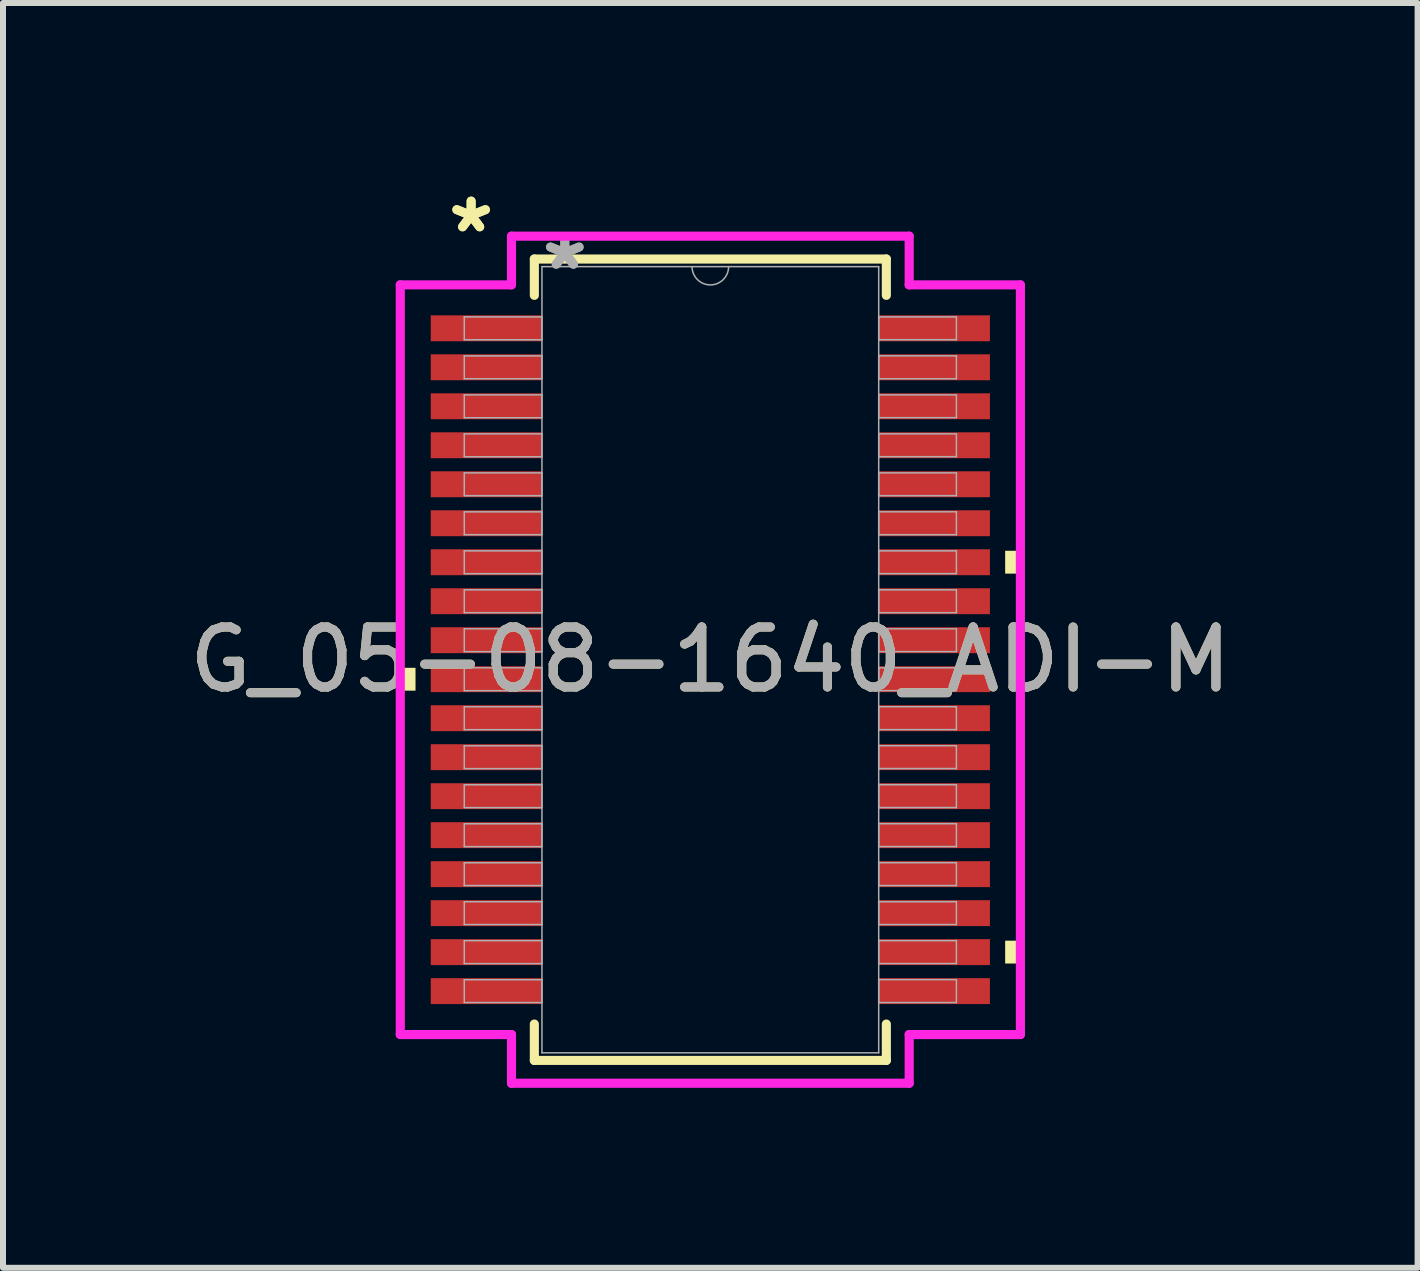
<source format=kicad_pcb>
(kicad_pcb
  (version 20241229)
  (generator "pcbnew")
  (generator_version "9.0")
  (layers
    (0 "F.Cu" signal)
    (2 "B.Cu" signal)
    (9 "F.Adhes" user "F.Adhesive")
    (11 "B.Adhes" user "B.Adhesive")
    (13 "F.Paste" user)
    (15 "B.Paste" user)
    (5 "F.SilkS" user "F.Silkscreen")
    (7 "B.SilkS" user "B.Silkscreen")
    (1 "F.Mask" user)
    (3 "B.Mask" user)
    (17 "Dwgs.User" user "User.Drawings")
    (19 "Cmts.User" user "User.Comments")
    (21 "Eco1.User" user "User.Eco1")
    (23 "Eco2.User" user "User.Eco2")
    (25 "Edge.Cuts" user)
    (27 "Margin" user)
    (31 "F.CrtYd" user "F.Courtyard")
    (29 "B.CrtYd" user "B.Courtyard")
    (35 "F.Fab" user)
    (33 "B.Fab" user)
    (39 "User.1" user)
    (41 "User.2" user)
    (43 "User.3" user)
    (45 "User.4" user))
  (footprint "G_05-08-1640_ADI-M"
    (layer "F.Cu")
    (at 8.792 7.948)
    (property "Reference" "G_05-08-1640_ADI-M" (at 0 0 0) (unlocked yes) (layer "F.SilkS") (effects (font (size 1 1) (thickness 0.15))))
    (attr smd)
    (fp_line (start -2.934 -6.68) (end -2.934 -6.074) (stroke (width 0.152) (type solid)) (layer "F.SilkS"))
    (fp_line (start -2.934 6.074) (end -2.934 6.68) (stroke (width 0.152) (type solid)) (layer "F.SilkS"))
    (fp_line (start -2.934 6.68) (end 2.934 6.68) (stroke (width 0.152) (type solid)) (layer "F.SilkS"))
    (fp_line (start 2.934 -6.68) (end -2.934 -6.68) (stroke (width 0.152) (type solid)) (layer "F.SilkS"))
    (fp_line (start 2.934 -6.074) (end 2.934 -6.68) (stroke (width 0.152) (type solid)) (layer "F.SilkS"))
    (fp_line (start 2.934 6.68) (end 2.934 6.074) (stroke (width 0.152) (type solid)) (layer "F.SilkS"))
    (fp_poly (pts (xy -5.169 0.135) (xy -5.169 0.516) (xy -4.915 0.516) (xy -4.915 0.135)) (stroke (width 0) (type solid)) (fill yes) (layer "F.SilkS"))
    (fp_poly (pts (xy 5.169 -1.816) (xy 5.169 -1.435) (xy 4.915 -1.435) (xy 4.915 -1.816)) (stroke (width 0) (type solid)) (fill yes) (layer "F.SilkS"))
    (fp_poly (pts (xy 5.169 4.684) (xy 5.169 5.065) (xy 4.915 5.065) (xy 4.915 4.684)) (stroke (width 0) (type solid)) (fill yes) (layer "F.SilkS"))
    (fp_line (start -5.169 -6.249) (end -3.315 -6.249) (stroke (width 0.152) (type solid)) (layer "F.CrtYd"))
    (fp_line (start -5.169 6.249) (end -5.169 -6.249) (stroke (width 0.152) (type solid)) (layer "F.CrtYd"))
    (fp_line (start -5.169 6.249) (end -3.315 6.249) (stroke (width 0.152) (type solid)) (layer "F.CrtYd"))
    (fp_line (start -3.315 -7.061) (end 3.315 -7.061) (stroke (width 0.152) (type solid)) (layer "F.CrtYd"))
    (fp_line (start -3.315 -6.249) (end -3.315 -7.061) (stroke (width 0.152) (type solid)) (layer "F.CrtYd"))
    (fp_line (start -3.315 7.061) (end -3.315 6.249) (stroke (width 0.152) (type solid)) (layer "F.CrtYd"))
    (fp_line (start 3.315 -7.061) (end 3.315 -6.249) (stroke (width 0.152) (type solid)) (layer "F.CrtYd"))
    (fp_line (start 3.315 6.249) (end 3.315 7.061) (stroke (width 0.152) (type solid)) (layer "F.CrtYd"))
    (fp_line (start 3.315 7.061) (end -3.315 7.061) (stroke (width 0.152) (type solid)) (layer "F.CrtYd"))
    (fp_line (start 5.169 -6.249) (end 3.315 -6.249) (stroke (width 0.152) (type solid)) (layer "F.CrtYd"))
    (fp_line (start 5.169 -6.249) (end 5.169 6.249) (stroke (width 0.152) (type solid)) (layer "F.CrtYd"))
    (fp_line (start 5.169 6.249) (end 3.315 6.249) (stroke (width 0.152) (type solid)) (layer "F.CrtYd"))
    (fp_line (start -4.102 -5.715) (end -4.102 -5.334) (stroke (width 0.025) (type solid)) (layer "F.Fab"))
    (fp_line (start -4.102 -5.334) (end -2.807 -5.334) (stroke (width 0.025) (type solid)) (layer "F.Fab"))
    (fp_line (start -4.102 -5.065) (end -4.102 -4.684) (stroke (width 0.025) (type solid)) (layer "F.Fab"))
    (fp_line (start -4.102 -4.684) (end -2.807 -4.684) (stroke (width 0.025) (type solid)) (layer "F.Fab"))
    (fp_line (start -4.102 -4.415) (end -4.102 -4.034) (stroke (width 0.025) (type solid)) (layer "F.Fab"))
    (fp_line (start -4.102 -4.034) (end -2.807 -4.034) (stroke (width 0.025) (type solid)) (layer "F.Fab"))
    (fp_line (start -4.102 -3.765) (end -4.102 -3.384) (stroke (width 0.025) (type solid)) (layer "F.Fab"))
    (fp_line (start -4.102 -3.384) (end -2.807 -3.384) (stroke (width 0.025) (type solid)) (layer "F.Fab"))
    (fp_line (start -4.102 -3.115) (end -4.102 -2.734) (stroke (width 0.025) (type solid)) (layer "F.Fab"))
    (fp_line (start -4.102 -2.734) (end -2.807 -2.734) (stroke (width 0.025) (type solid)) (layer "F.Fab"))
    (fp_line (start -4.102 -2.465) (end -4.102 -2.084) (stroke (width 0.025) (type solid)) (layer "F.Fab"))
    (fp_line (start -4.102 -2.084) (end -2.807 -2.084) (stroke (width 0.025) (type solid)) (layer "F.Fab"))
    (fp_line (start -4.102 -1.815) (end -4.102 -1.434) (stroke (width 0.025) (type solid)) (layer "F.Fab"))
    (fp_line (start -4.102 -1.434) (end -2.807 -1.434) (stroke (width 0.025) (type solid)) (layer "F.Fab"))
    (fp_line (start -4.102 -1.165) (end -4.102 -0.784) (stroke (width 0.025) (type solid)) (layer "F.Fab"))
    (fp_line (start -4.102 -0.784) (end -2.807 -0.784) (stroke (width 0.025) (type solid)) (layer "F.Fab"))
    (fp_line (start -4.102 -0.515) (end -4.102 -0.134) (stroke (width 0.025) (type solid)) (layer "F.Fab"))
    (fp_line (start -4.102 -0.134) (end -2.807 -0.134) (stroke (width 0.025) (type solid)) (layer "F.Fab"))
    (fp_line (start -4.102 0.135) (end -4.102 0.516) (stroke (width 0.025) (type solid)) (layer "F.Fab"))
    (fp_line (start -4.102 0.516) (end -2.807 0.516) (stroke (width 0.025) (type solid)) (layer "F.Fab"))
    (fp_line (start -4.102 0.785) (end -4.102 1.166) (stroke (width 0.025) (type solid)) (layer "F.Fab"))
    (fp_line (start -4.102 1.166) (end -2.807 1.166) (stroke (width 0.025) (type solid)) (layer "F.Fab"))
    (fp_line (start -4.102 1.435) (end -4.102 1.816) (stroke (width 0.025) (type solid)) (layer "F.Fab"))
    (fp_line (start -4.102 1.816) (end -2.807 1.816) (stroke (width 0.025) (type solid)) (layer "F.Fab"))
    (fp_line (start -4.102 2.085) (end -4.102 2.466) (stroke (width 0.025) (type solid)) (layer "F.Fab"))
    (fp_line (start -4.102 2.466) (end -2.807 2.466) (stroke (width 0.025) (type solid)) (layer "F.Fab"))
    (fp_line (start -4.102 2.735) (end -4.102 3.116) (stroke (width 0.025) (type solid)) (layer "F.Fab"))
    (fp_line (start -4.102 3.116) (end -2.807 3.116) (stroke (width 0.025) (type solid)) (layer "F.Fab"))
    (fp_line (start -4.102 3.385) (end -4.102 3.765) (stroke (width 0.025) (type solid)) (layer "F.Fab"))
    (fp_line (start -4.102 3.765) (end -2.807 3.765) (stroke (width 0.025) (type solid)) (layer "F.Fab"))
    (fp_line (start -4.102 4.035) (end -4.102 4.415) (stroke (width 0.025) (type solid)) (layer "F.Fab"))
    (fp_line (start -4.102 4.415) (end -2.807 4.415) (stroke (width 0.025) (type solid)) (layer "F.Fab"))
    (fp_line (start -4.102 4.684) (end -4.102 5.066) (stroke (width 0.025) (type solid)) (layer "F.Fab"))
    (fp_line (start -4.102 5.066) (end -2.807 5.066) (stroke (width 0.025) (type solid)) (layer "F.Fab"))
    (fp_line (start -4.102 5.335) (end -4.102 5.715) (stroke (width 0.025) (type solid)) (layer "F.Fab"))
    (fp_line (start -4.102 5.715) (end -2.807 5.715) (stroke (width 0.025) (type solid)) (layer "F.Fab"))
    (fp_line (start -2.807 -6.553) (end -2.807 6.553) (stroke (width 0.025) (type solid)) (layer "F.Fab"))
    (fp_line (start -2.807 -5.715) (end -4.102 -5.715) (stroke (width 0.025) (type solid)) (layer "F.Fab"))
    (fp_line (start -2.807 -5.334) (end -2.807 -5.715) (stroke (width 0.025) (type solid)) (layer "F.Fab"))
    (fp_line (start -2.807 -5.065) (end -4.102 -5.065) (stroke (width 0.025) (type solid)) (layer "F.Fab"))
    (fp_line (start -2.807 -4.684) (end -2.807 -5.065) (stroke (width 0.025) (type solid)) (layer "F.Fab"))
    (fp_line (start -2.807 -4.415) (end -4.102 -4.415) (stroke (width 0.025) (type solid)) (layer "F.Fab"))
    (fp_line (start -2.807 -4.034) (end -2.807 -4.415) (stroke (width 0.025) (type solid)) (layer "F.Fab"))
    (fp_line (start -2.807 -3.765) (end -4.102 -3.765) (stroke (width 0.025) (type solid)) (layer "F.Fab"))
    (fp_line (start -2.807 -3.384) (end -2.807 -3.765) (stroke (width 0.025) (type solid)) (layer "F.Fab"))
    (fp_line (start -2.807 -3.115) (end -4.102 -3.115) (stroke (width 0.025) (type solid)) (layer "F.Fab"))
    (fp_line (start -2.807 -2.734) (end -2.807 -3.115) (stroke (width 0.025) (type solid)) (layer "F.Fab"))
    (fp_line (start -2.807 -2.465) (end -4.102 -2.465) (stroke (width 0.025) (type solid)) (layer "F.Fab"))
    (fp_line (start -2.807 -2.084) (end -2.807 -2.465) (stroke (width 0.025) (type solid)) (layer "F.Fab"))
    (fp_line (start -2.807 -1.815) (end -4.102 -1.815) (stroke (width 0.025) (type solid)) (layer "F.Fab"))
    (fp_line (start -2.807 -1.434) (end -2.807 -1.815) (stroke (width 0.025) (type solid)) (layer "F.Fab"))
    (fp_line (start -2.807 -1.165) (end -4.102 -1.165) (stroke (width 0.025) (type solid)) (layer "F.Fab"))
    (fp_line (start -2.807 -0.784) (end -2.807 -1.165) (stroke (width 0.025) (type solid)) (layer "F.Fab"))
    (fp_line (start -2.807 -0.515) (end -4.102 -0.515) (stroke (width 0.025) (type solid)) (layer "F.Fab"))
    (fp_line (start -2.807 -0.134) (end -2.807 -0.515) (stroke (width 0.025) (type solid)) (layer "F.Fab"))
    (fp_line (start -2.807 0.135) (end -4.102 0.135) (stroke (width 0.025) (type solid)) (layer "F.Fab"))
    (fp_line (start -2.807 0.516) (end -2.807 0.135) (stroke (width 0.025) (type solid)) (layer "F.Fab"))
    (fp_line (start -2.807 0.785) (end -4.102 0.785) (stroke (width 0.025) (type solid)) (layer "F.Fab"))
    (fp_line (start -2.807 1.166) (end -2.807 0.785) (stroke (width 0.025) (type solid)) (layer "F.Fab"))
    (fp_line (start -2.807 1.435) (end -4.102 1.435) (stroke (width 0.025) (type solid)) (layer "F.Fab"))
    (fp_line (start -2.807 1.816) (end -2.807 1.435) (stroke (width 0.025) (type solid)) (layer "F.Fab"))
    (fp_line (start -2.807 2.085) (end -4.102 2.085) (stroke (width 0.025) (type solid)) (layer "F.Fab"))
    (fp_line (start -2.807 2.466) (end -2.807 2.085) (stroke (width 0.025) (type solid)) (layer "F.Fab"))
    (fp_line (start -2.807 2.735) (end -4.102 2.735) (stroke (width 0.025) (type solid)) (layer "F.Fab"))
    (fp_line (start -2.807 3.116) (end -2.807 2.735) (stroke (width 0.025) (type solid)) (layer "F.Fab"))
    (fp_line (start -2.807 3.385) (end -4.102 3.385) (stroke (width 0.025) (type solid)) (layer "F.Fab"))
    (fp_line (start -2.807 3.765) (end -2.807 3.385) (stroke (width 0.025) (type solid)) (layer "F.Fab"))
    (fp_line (start -2.807 4.035) (end -4.102 4.035) (stroke (width 0.025) (type solid)) (layer "F.Fab"))
    (fp_line (start -2.807 4.415) (end -2.807 4.035) (stroke (width 0.025) (type solid)) (layer "F.Fab"))
    (fp_line (start -2.807 4.684) (end -4.102 4.684) (stroke (width 0.025) (type solid)) (layer "F.Fab"))
    (fp_line (start -2.807 5.066) (end -2.807 4.684) (stroke (width 0.025) (type solid)) (layer "F.Fab"))
    (fp_line (start -2.807 5.335) (end -4.102 5.335) (stroke (width 0.025) (type solid)) (layer "F.Fab"))
    (fp_line (start -2.807 5.715) (end -2.807 5.335) (stroke (width 0.025) (type solid)) (layer "F.Fab"))
    (fp_line (start -2.807 6.553) (end 2.807 6.553) (stroke (width 0.025) (type solid)) (layer "F.Fab"))
    (fp_line (start 2.807 -6.553) (end -2.807 -6.553) (stroke (width 0.025) (type solid)) (layer "F.Fab"))
    (fp_line (start 2.807 -5.715) (end 2.807 -5.335) (stroke (width 0.025) (type solid)) (layer "F.Fab"))
    (fp_line (start 2.807 -5.335) (end 4.102 -5.335) (stroke (width 0.025) (type solid)) (layer "F.Fab"))
    (fp_line (start 2.807 -5.066) (end 2.807 -4.684) (stroke (width 0.025) (type solid)) (layer "F.Fab"))
    (fp_line (start 2.807 -4.684) (end 4.102 -4.684) (stroke (width 0.025) (type solid)) (layer "F.Fab"))
    (fp_line (start 2.807 -4.415) (end 2.807 -4.035) (stroke (width 0.025) (type solid)) (layer "F.Fab"))
    (fp_line (start 2.807 -4.035) (end 4.102 -4.035) (stroke (width 0.025) (type solid)) (layer "F.Fab"))
    (fp_line (start 2.807 -3.765) (end 2.807 -3.385) (stroke (width 0.025) (type solid)) (layer "F.Fab"))
    (fp_line (start 2.807 -3.385) (end 4.102 -3.385) (stroke (width 0.025) (type solid)) (layer "F.Fab"))
    (fp_line (start 2.807 -3.115) (end 2.807 -2.735) (stroke (width 0.025) (type solid)) (layer "F.Fab"))
    (fp_line (start 2.807 -2.735) (end 4.102 -2.735) (stroke (width 0.025) (type solid)) (layer "F.Fab"))
    (fp_line (start 2.807 -2.466) (end 2.807 -2.084) (stroke (width 0.025) (type solid)) (layer "F.Fab"))
    (fp_line (start 2.807 -2.084) (end 4.102 -2.084) (stroke (width 0.025) (type solid)) (layer "F.Fab"))
    (fp_line (start 2.807 -1.815) (end 2.807 -1.435) (stroke (width 0.025) (type solid)) (layer "F.Fab"))
    (fp_line (start 2.807 -1.435) (end 4.102 -1.435) (stroke (width 0.025) (type solid)) (layer "F.Fab"))
    (fp_line (start 2.807 -1.165) (end 2.807 -0.784) (stroke (width 0.025) (type solid)) (layer "F.Fab"))
    (fp_line (start 2.807 -0.784) (end 4.102 -0.784) (stroke (width 0.025) (type solid)) (layer "F.Fab"))
    (fp_line (start 2.807 -0.515) (end 2.807 -0.135) (stroke (width 0.025) (type solid)) (layer "F.Fab"))
    (fp_line (start 2.807 -0.135) (end 4.102 -0.135) (stroke (width 0.025) (type solid)) (layer "F.Fab"))
    (fp_line (start 2.807 0.135) (end 2.807 0.515) (stroke (width 0.025) (type solid)) (layer "F.Fab"))
    (fp_line (start 2.807 0.515) (end 4.102 0.515) (stroke (width 0.025) (type solid)) (layer "F.Fab"))
    (fp_line (start 2.807 0.784) (end 2.807 1.165) (stroke (width 0.025) (type solid)) (layer "F.Fab"))
    (fp_line (start 2.807 1.165) (end 4.102 1.165) (stroke (width 0.025) (type solid)) (layer "F.Fab"))
    (fp_line (start 2.807 1.434) (end 2.807 1.815) (stroke (width 0.025) (type solid)) (layer "F.Fab"))
    (fp_line (start 2.807 1.815) (end 4.102 1.815) (stroke (width 0.025) (type solid)) (layer "F.Fab"))
    (fp_line (start 2.807 2.084) (end 2.807 2.465) (stroke (width 0.025) (type solid)) (layer "F.Fab"))
    (fp_line (start 2.807 2.465) (end 4.102 2.465) (stroke (width 0.025) (type solid)) (layer "F.Fab"))
    (fp_line (start 2.807 2.734) (end 2.807 3.115) (stroke (width 0.025) (type solid)) (layer "F.Fab"))
    (fp_line (start 2.807 3.115) (end 4.102 3.115) (stroke (width 0.025) (type solid)) (layer "F.Fab"))
    (fp_line (start 2.807 3.384) (end 2.807 3.765) (stroke (width 0.025) (type solid)) (layer "F.Fab"))
    (fp_line (start 2.807 3.765) (end 4.102 3.765) (stroke (width 0.025) (type solid)) (layer "F.Fab"))
    (fp_line (start 2.807 4.034) (end 2.807 4.415) (stroke (width 0.025) (type solid)) (layer "F.Fab"))
    (fp_line (start 2.807 4.415) (end 4.102 4.415) (stroke (width 0.025) (type solid)) (layer "F.Fab"))
    (fp_line (start 2.807 4.684) (end 2.807 5.065) (stroke (width 0.025) (type solid)) (layer "F.Fab"))
    (fp_line (start 2.807 5.065) (end 4.102 5.065) (stroke (width 0.025) (type solid)) (layer "F.Fab"))
    (fp_line (start 2.807 5.334) (end 2.807 5.715) (stroke (width 0.025) (type solid)) (layer "F.Fab"))
    (fp_line (start 2.807 5.715) (end 4.102 5.715) (stroke (width 0.025) (type solid)) (layer "F.Fab"))
    (fp_line (start 2.807 6.553) (end 2.807 -6.553) (stroke (width 0.025) (type solid)) (layer "F.Fab"))
    (fp_line (start 4.102 -5.715) (end 2.807 -5.715) (stroke (width 0.025) (type solid)) (layer "F.Fab"))
    (fp_line (start 4.102 -5.335) (end 4.102 -5.715) (stroke (width 0.025) (type solid)) (layer "F.Fab"))
    (fp_line (start 4.102 -5.066) (end 2.807 -5.066) (stroke (width 0.025) (type solid)) (layer "F.Fab"))
    (fp_line (start 4.102 -4.684) (end 4.102 -5.066) (stroke (width 0.025) (type solid)) (layer "F.Fab"))
    (fp_line (start 4.102 -4.415) (end 2.807 -4.415) (stroke (width 0.025) (type solid)) (layer "F.Fab"))
    (fp_line (start 4.102 -4.035) (end 4.102 -4.415) (stroke (width 0.025) (type solid)) (layer "F.Fab"))
    (fp_line (start 4.102 -3.765) (end 2.807 -3.765) (stroke (width 0.025) (type solid)) (layer "F.Fab"))
    (fp_line (start 4.102 -3.385) (end 4.102 -3.765) (stroke (width 0.025) (type solid)) (layer "F.Fab"))
    (fp_line (start 4.102 -3.115) (end 2.807 -3.115) (stroke (width 0.025) (type solid)) (layer "F.Fab"))
    (fp_line (start 4.102 -2.735) (end 4.102 -3.115) (stroke (width 0.025) (type solid)) (layer "F.Fab"))
    (fp_line (start 4.102 -2.466) (end 2.807 -2.466) (stroke (width 0.025) (type solid)) (layer "F.Fab"))
    (fp_line (start 4.102 -2.084) (end 4.102 -2.466) (stroke (width 0.025) (type solid)) (layer "F.Fab"))
    (fp_line (start 4.102 -1.815) (end 2.807 -1.815) (stroke (width 0.025) (type solid)) (layer "F.Fab"))
    (fp_line (start 4.102 -1.435) (end 4.102 -1.815) (stroke (width 0.025) (type solid)) (layer "F.Fab"))
    (fp_line (start 4.102 -1.165) (end 2.807 -1.165) (stroke (width 0.025) (type solid)) (layer "F.Fab"))
    (fp_line (start 4.102 -0.784) (end 4.102 -1.165) (stroke (width 0.025) (type solid)) (layer "F.Fab"))
    (fp_line (start 4.102 -0.515) (end 2.807 -0.515) (stroke (width 0.025) (type solid)) (layer "F.Fab"))
    (fp_line (start 4.102 -0.135) (end 4.102 -0.515) (stroke (width 0.025) (type solid)) (layer "F.Fab"))
    (fp_line (start 4.102 0.135) (end 2.807 0.135) (stroke (width 0.025) (type solid)) (layer "F.Fab"))
    (fp_line (start 4.102 0.515) (end 4.102 0.135) (stroke (width 0.025) (type solid)) (layer "F.Fab"))
    (fp_line (start 4.102 0.784) (end 2.807 0.784) (stroke (width 0.025) (type solid)) (layer "F.Fab"))
    (fp_line (start 4.102 1.165) (end 4.102 0.784) (stroke (width 0.025) (type solid)) (layer "F.Fab"))
    (fp_line (start 4.102 1.434) (end 2.807 1.434) (stroke (width 0.025) (type solid)) (layer "F.Fab"))
    (fp_line (start 4.102 1.815) (end 4.102 1.434) (stroke (width 0.025) (type solid)) (layer "F.Fab"))
    (fp_line (start 4.102 2.084) (end 2.807 2.084) (stroke (width 0.025) (type solid)) (layer "F.Fab"))
    (fp_line (start 4.102 2.465) (end 4.102 2.084) (stroke (width 0.025) (type solid)) (layer "F.Fab"))
    (fp_line (start 4.102 2.734) (end 2.807 2.734) (stroke (width 0.025) (type solid)) (layer "F.Fab"))
    (fp_line (start 4.102 3.115) (end 4.102 2.734) (stroke (width 0.025) (type solid)) (layer "F.Fab"))
    (fp_line (start 4.102 3.384) (end 2.807 3.384) (stroke (width 0.025) (type solid)) (layer "F.Fab"))
    (fp_line (start 4.102 3.765) (end 4.102 3.384) (stroke (width 0.025) (type solid)) (layer "F.Fab"))
    (fp_line (start 4.102 4.034) (end 2.807 4.034) (stroke (width 0.025) (type solid)) (layer "F.Fab"))
    (fp_line (start 4.102 4.415) (end 4.102 4.034) (stroke (width 0.025) (type solid)) (layer "F.Fab"))
    (fp_line (start 4.102 4.684) (end 2.807 4.684) (stroke (width 0.025) (type solid)) (layer "F.Fab"))
    (fp_line (start 4.102 5.065) (end 4.102 4.684) (stroke (width 0.025) (type solid)) (layer "F.Fab"))
    (fp_line (start 4.102 5.334) (end 2.807 5.334) (stroke (width 0.025) (type solid)) (layer "F.Fab"))
    (fp_line (start 4.102 5.715) (end 4.102 5.334) (stroke (width 0.025) (type solid)) (layer "F.Fab"))
    (fp_arc (start 0.3048 -6.5532) (mid 0 -6.2484) (end -0.3048 -6.5532) (stroke (width 0.0254) (type solid)) (layer "F.Fab"))
    (fp_text user "*" (at -3.988 -7.1 0) (unlocked yes) (layer "F.SilkS") (effects (font (size 1 1) (thickness 0.15))))
    (fp_text user "*" (at -3.988 -7.1 0) (layer "F.SilkS") (effects (font (size 1 1) (thickness 0.15))))
    (fp_text user "*" (at -2.426 -6.477 0) (unlocked yes) (layer "F.Fab") (effects (font (size 1 1) (thickness 0.15))))
    (fp_text user "${REFERENCE}" (at 0 0 0) (unlocked yes) (layer "F.Fab") (effects (font (size 1 1) (thickness 0.15))))
    (fp_text user "*" (at -2.426 -6.477 0) (layer "F.Fab") (effects (font (size 1 1) (thickness 0.15))))
    (pad "1" smd rect (at -3.734 -5.525) (size 1.854 0.432) (layers "F.Cu" "F.Mask" "F.Paste"))
    (pad "2" smd rect (at -3.734 -4.875) (size 1.854 0.432) (layers "F.Cu" "F.Mask" "F.Paste"))
    (pad "3" smd rect (at -3.734 -4.225) (size 1.854 0.432) (layers "F.Cu" "F.Mask" "F.Paste"))
    (pad "4" smd rect (at -3.734 -3.575) (size 1.854 0.432) (layers "F.Cu" "F.Mask" "F.Paste"))
    (pad "5" smd rect (at -3.734 -2.925) (size 1.854 0.432) (layers "F.Cu" "F.Mask" "F.Paste"))
    (pad "6" smd rect (at -3.734 -2.275) (size 1.854 0.432) (layers "F.Cu" "F.Mask" "F.Paste"))
    (pad "7" smd rect (at -3.734 -1.625) (size 1.854 0.432) (layers "F.Cu" "F.Mask" "F.Paste"))
    (pad "8" smd rect (at -3.734 -0.975) (size 1.854 0.432) (layers "F.Cu" "F.Mask" "F.Paste"))
    (pad "9" smd rect (at -3.734 -0.325) (size 1.854 0.432) (layers "F.Cu" "F.Mask" "F.Paste"))
    (pad "10" smd rect (at -3.734 0.325) (size 1.854 0.432) (layers "F.Cu" "F.Mask" "F.Paste"))
    (pad "11" smd rect (at -3.734 0.975) (size 1.854 0.432) (layers "F.Cu" "F.Mask" "F.Paste"))
    (pad "12" smd rect (at -3.734 1.625) (size 1.854 0.432) (layers "F.Cu" "F.Mask" "F.Paste"))
    (pad "13" smd rect (at -3.734 2.275) (size 1.854 0.432) (layers "F.Cu" "F.Mask" "F.Paste"))
    (pad "14" smd rect (at -3.734 2.925) (size 1.854 0.432) (layers "F.Cu" "F.Mask" "F.Paste"))
    (pad "15" smd rect (at -3.734 3.575) (size 1.854 0.432) (layers "F.Cu" "F.Mask" "F.Paste"))
    (pad "16" smd rect (at -3.734 4.225) (size 1.854 0.432) (layers "F.Cu" "F.Mask" "F.Paste"))
    (pad "17" smd rect (at -3.734 4.875) (size 1.854 0.432) (layers "F.Cu" "F.Mask" "F.Paste"))
    (pad "18" smd rect (at -3.734 5.525) (size 1.854 0.432) (layers "F.Cu" "F.Mask" "F.Paste"))
    (pad "19" smd rect (at 3.734 5.525) (size 1.854 0.432) (layers "F.Cu" "F.Mask" "F.Paste"))
    (pad "20" smd rect (at 3.734 4.875) (size 1.854 0.432) (layers "F.Cu" "F.Mask" "F.Paste"))
    (pad "21" smd rect (at 3.734 4.225) (size 1.854 0.432) (layers "F.Cu" "F.Mask" "F.Paste"))
    (pad "22" smd rect (at 3.734 3.575) (size 1.854 0.432) (layers "F.Cu" "F.Mask" "F.Paste"))
    (pad "23" smd rect (at 3.734 2.925) (size 1.854 0.432) (layers "F.Cu" "F.Mask" "F.Paste"))
    (pad "24" smd rect (at 3.734 2.275) (size 1.854 0.432) (layers "F.Cu" "F.Mask" "F.Paste"))
    (pad "25" smd rect (at 3.734 1.625) (size 1.854 0.432) (layers "F.Cu" "F.Mask" "F.Paste"))
    (pad "26" smd rect (at 3.734 0.975) (size 1.854 0.432) (layers "F.Cu" "F.Mask" "F.Paste"))
    (pad "27" smd rect (at 3.734 0.325) (size 1.854 0.432) (layers "F.Cu" "F.Mask" "F.Paste"))
    (pad "28" smd rect (at 3.734 -0.325) (size 1.854 0.432) (layers "F.Cu" "F.Mask" "F.Paste"))
    (pad "29" smd rect (at 3.734 -0.975) (size 1.854 0.432) (layers "F.Cu" "F.Mask" "F.Paste"))
    (pad "30" smd rect (at 3.734 -1.625) (size 1.854 0.432) (layers "F.Cu" "F.Mask" "F.Paste"))
    (pad "31" smd rect (at 3.734 -2.275) (size 1.854 0.432) (layers "F.Cu" "F.Mask" "F.Paste"))
    (pad "32" smd rect (at 3.734 -2.925) (size 1.854 0.432) (layers "F.Cu" "F.Mask" "F.Paste"))
    (pad "33" smd rect (at 3.734 -3.575) (size 1.854 0.432) (layers "F.Cu" "F.Mask" "F.Paste"))
    (pad "34" smd rect (at 3.734 -4.225) (size 1.854 0.432) (layers "F.Cu" "F.Mask" "F.Paste"))
    (pad "35" smd rect (at 3.734 -4.875) (size 1.854 0.432) (layers "F.Cu" "F.Mask" "F.Paste"))
    (pad "36" smd rect (at 3.734 -5.525) (size 1.854 0.432) (layers "F.Cu" "F.Mask" "F.Paste")))
  (gr_rect
    (start -3 -3)
    (end 20.583 18.085)
    (stroke (width 0.1) (type default))
    (fill no)
    (layer "Edge.Cuts")))
</source>
